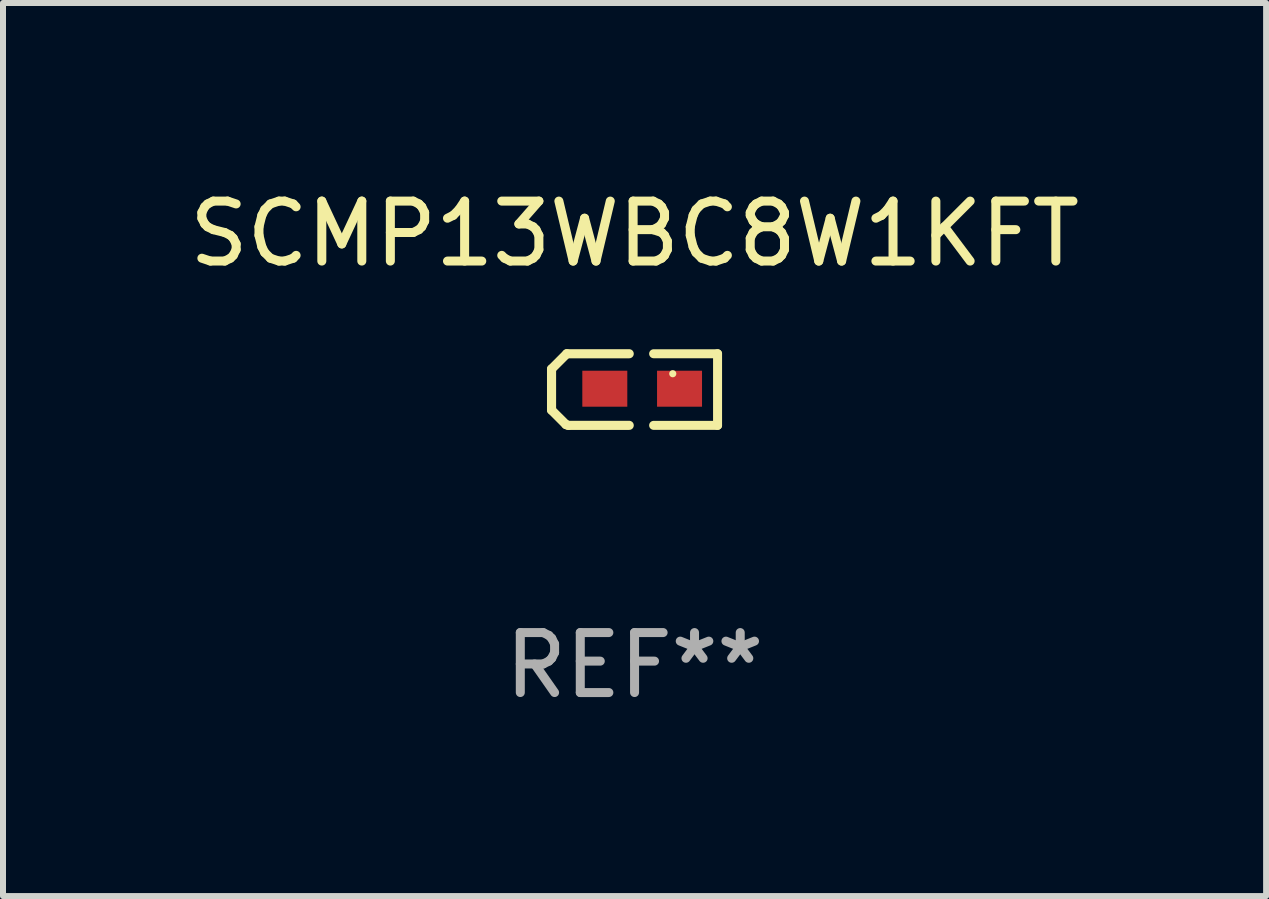
<source format=kicad_pcb>
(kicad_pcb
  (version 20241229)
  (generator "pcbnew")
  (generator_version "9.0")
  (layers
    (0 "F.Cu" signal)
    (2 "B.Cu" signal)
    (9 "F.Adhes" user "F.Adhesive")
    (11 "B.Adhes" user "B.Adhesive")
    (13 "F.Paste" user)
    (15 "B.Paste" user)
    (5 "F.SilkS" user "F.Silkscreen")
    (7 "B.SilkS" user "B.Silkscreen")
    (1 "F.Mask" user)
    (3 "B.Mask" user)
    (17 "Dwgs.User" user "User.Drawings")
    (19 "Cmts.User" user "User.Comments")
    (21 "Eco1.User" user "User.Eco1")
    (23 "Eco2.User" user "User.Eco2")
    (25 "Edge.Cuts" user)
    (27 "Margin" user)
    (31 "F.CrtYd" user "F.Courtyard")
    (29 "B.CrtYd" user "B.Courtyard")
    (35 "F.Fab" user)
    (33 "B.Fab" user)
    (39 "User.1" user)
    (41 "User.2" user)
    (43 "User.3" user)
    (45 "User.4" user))
  (footprint "SCMP13WBC8W1KFT"
    (layer "F.Cu")
    (at 7.53 3.445)
    (property "Reference" "SCMP13WBC8W1KFT" (at 0 -2.597 0) (layer "F.SilkS") (effects (font (size 1 1) (thickness 0.15))))
    (attr through_hole)
    (fp_line (start -1.384 -0.343) (end -1.13 -0.597) (stroke (width 0.152) (type solid)) (layer "F.SilkS"))
    (fp_line (start -1.384 0.343) (end -1.384 -0.343) (stroke (width 0.152) (type solid)) (layer "F.SilkS"))
    (fp_line (start -1.143 0.584) (end -1.384 0.343) (stroke (width 0.152) (type solid)) (layer "F.SilkS"))
    (fp_line (start -1.13 -0.597) (end -0.089 -0.597) (stroke (width 0.152) (type solid)) (layer "F.SilkS"))
    (fp_line (start -1.105 0.597) (end -1.143 0.584) (stroke (width 0.152) (type solid)) (layer "F.SilkS"))
    (fp_line (start -1.105 0.597) (end -0.089 0.597) (stroke (width 0.152) (type solid)) (layer "F.SilkS"))
    (fp_line (start 0.318 0.597) (end 1.384 0.597) (stroke (width 0.15) (type solid)) (layer "F.SilkS"))
    (fp_line (start 1.384 -0.597) (end 0.318 -0.597) (stroke (width 0.15) (type solid)) (layer "F.SilkS"))
    (fp_line (start 1.384 0.597) (end 1.384 -0.597) (stroke (width 0.15) (type solid)) (layer "F.SilkS"))
    (fp_circle (center 0.637 -0.264) (end 0.667 -0.264) (stroke (width 0.06) (type solid)) (fill no) (layer "F.SilkS"))
    (fp_text user "REF**" (at 0 4.597 0) (layer "F.Fab") (effects (font (size 1 1) (thickness 0.15))))
    (pad "1" smd rect (at 0.75 -0.014) (size 0.75 0.6) (layers "F.Cu" "F.Mask" "F.Paste"))
    (pad "2" smd rect (at -0.496 -0.014) (size 0.75 0.6) (layers "F.Cu" "F.Mask" "F.Paste")))
  (gr_rect
    (start -3 -3)
    (end 18.06 11.89)
    (stroke (width 0.1) (type default))
    (fill no)
    (layer "Edge.Cuts")))
</source>
